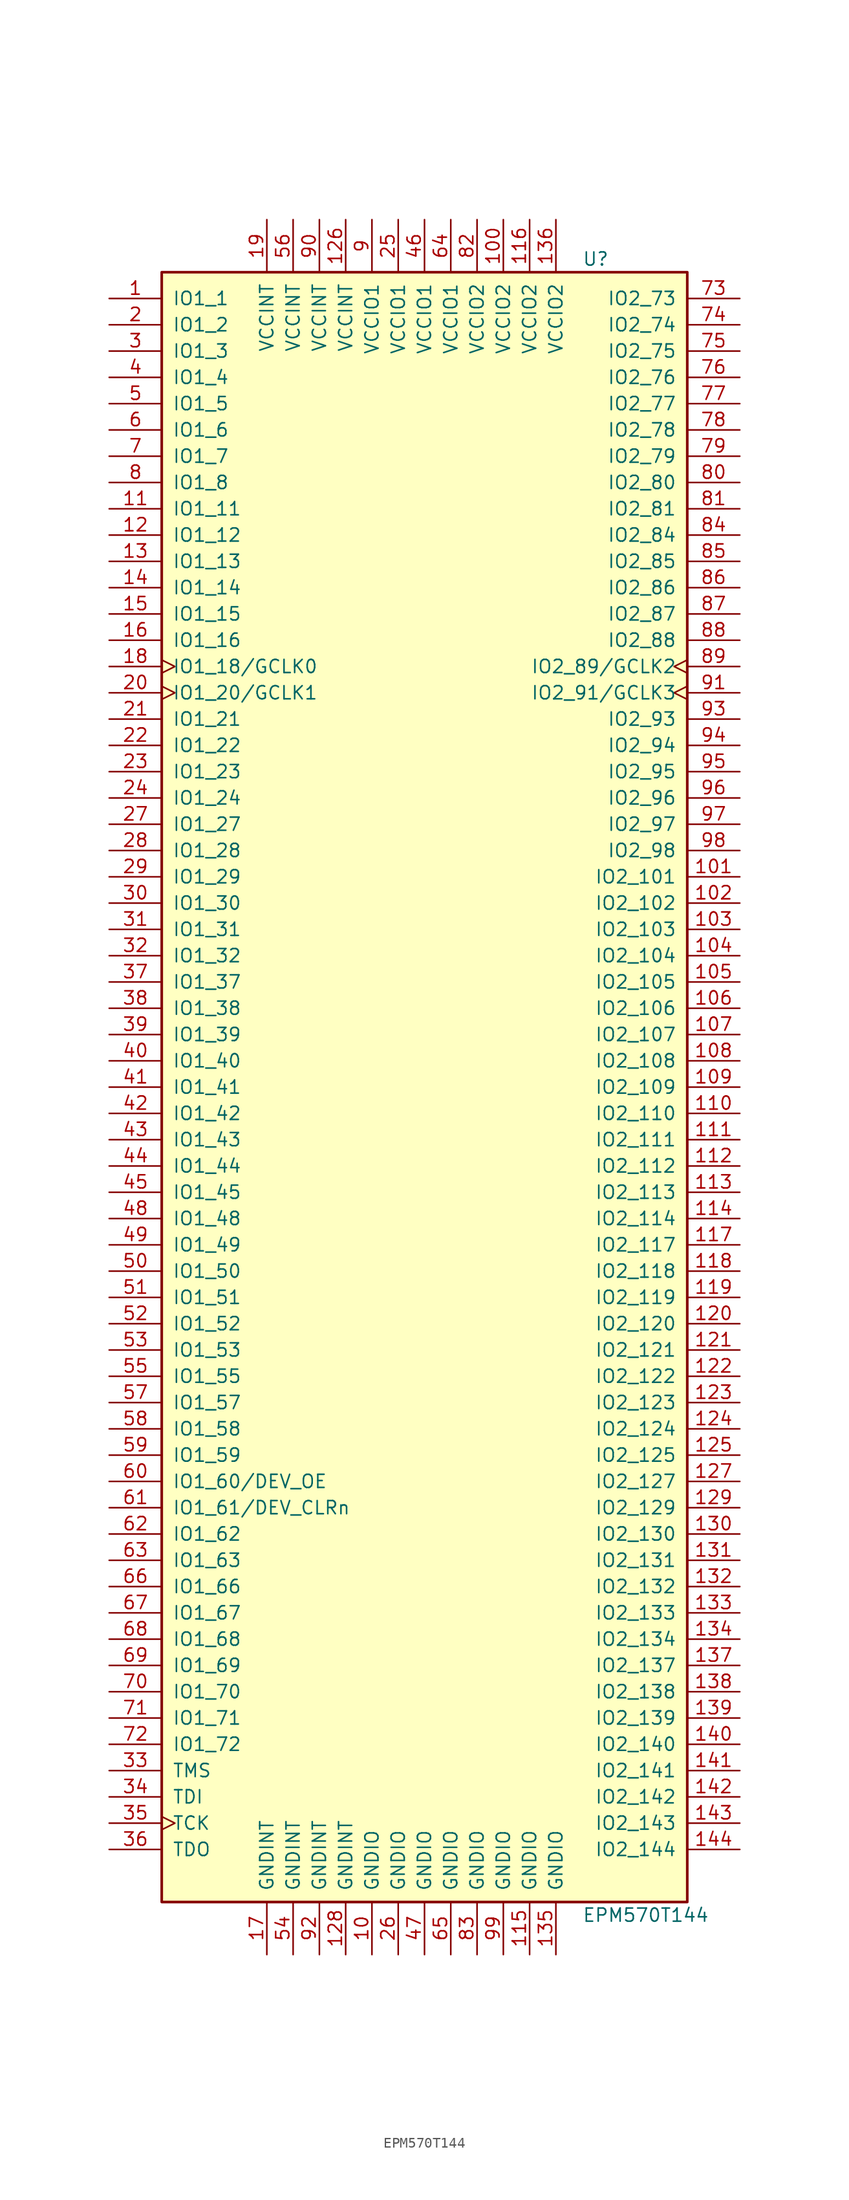
<source format=kicad_sym>
(kicad_symbol_lib
  (version 20201005)
  (generator kicad_symbol_editor)
  (symbol "EPM570T144"
    (pin_names
      (offset 1.016))
    (property "Reference" "U"
      (at 15.24 80.01 0)
      (effects (font (size 1.27 1.27)) (justify left)))
    (property "Value" "EPM570T144"
      (at 15.24 -80.01 0)
      (effects (font (size 1.27 1.27)) (justify left)))
    (property "ki_locked" ""
      (at 0 0 0)
      (effects (font (size 1.27 1.27))))
    (symbol "EPM570T144_1_1"
      (rectangle (start -25.4 78.74) (end 25.4 -78.74) (stroke (width 0.254)) (fill (type background)))
      (pin bidirectional line (at -30.48 76.2 0) (length 5.08) (name "IO1_1" (effects (font (size 1.27 1.27)))) (number "1" (effects (font (size 1.27 1.27)))))
      (pin power_in line (at -5.08 -83.82 90) (length 5.08) (name "GNDIO" (effects (font (size 1.27 1.27)))) (number "10" (effects (font (size 1.27 1.27)))))
      (pin power_in line (at 7.62 83.82 270) (length 5.08) (name "VCCIO2" (effects (font (size 1.27 1.27)))) (number "100" (effects (font (size 1.27 1.27)))))
      (pin bidirectional line (at 30.48 20.32 180) (length 5.08) (name "IO2_101" (effects (font (size 1.27 1.27)))) (number "101" (effects (font (size 1.27 1.27)))))
      (pin bidirectional line (at 30.48 17.78 180) (length 5.08) (name "IO2_102" (effects (font (size 1.27 1.27)))) (number "102" (effects (font (size 1.27 1.27)))))
      (pin bidirectional line (at 30.48 15.24 180) (length 5.08) (name "IO2_103" (effects (font (size 1.27 1.27)))) (number "103" (effects (font (size 1.27 1.27)))))
      (pin bidirectional line (at 30.48 12.7 180) (length 5.08) (name "IO2_104" (effects (font (size 1.27 1.27)))) (number "104" (effects (font (size 1.27 1.27)))))
      (pin bidirectional line (at 30.48 10.16 180) (length 5.08) (name "IO2_105" (effects (font (size 1.27 1.27)))) (number "105" (effects (font (size 1.27 1.27)))))
      (pin bidirectional line (at 30.48 7.62 180) (length 5.08) (name "IO2_106" (effects (font (size 1.27 1.27)))) (number "106" (effects (font (size 1.27 1.27)))))
      (pin bidirectional line (at 30.48 5.08 180) (length 5.08) (name "IO2_107" (effects (font (size 1.27 1.27)))) (number "107" (effects (font (size 1.27 1.27)))))
      (pin bidirectional line (at 30.48 2.54 180) (length 5.08) (name "IO2_108" (effects (font (size 1.27 1.27)))) (number "108" (effects (font (size 1.27 1.27)))))
      (pin bidirectional line (at 30.48 0 180) (length 5.08) (name "IO2_109" (effects (font (size 1.27 1.27)))) (number "109" (effects (font (size 1.27 1.27)))))
      (pin bidirectional line (at -30.48 55.88 0) (length 5.08) (name "IO1_11" (effects (font (size 1.27 1.27)))) (number "11" (effects (font (size 1.27 1.27)))))
      (pin bidirectional line (at 30.48 -2.54 180) (length 5.08) (name "IO2_110" (effects (font (size 1.27 1.27)))) (number "110" (effects (font (size 1.27 1.27)))))
      (pin bidirectional line (at 30.48 -5.08 180) (length 5.08) (name "IO2_111" (effects (font (size 1.27 1.27)))) (number "111" (effects (font (size 1.27 1.27)))))
      (pin bidirectional line (at 30.48 -7.62 180) (length 5.08) (name "IO2_112" (effects (font (size 1.27 1.27)))) (number "112" (effects (font (size 1.27 1.27)))))
      (pin bidirectional line (at 30.48 -10.16 180) (length 5.08) (name "IO2_113" (effects (font (size 1.27 1.27)))) (number "113" (effects (font (size 1.27 1.27)))))
      (pin bidirectional line (at 30.48 -12.7 180) (length 5.08) (name "IO2_114" (effects (font (size 1.27 1.27)))) (number "114" (effects (font (size 1.27 1.27)))))
      (pin power_in line (at 10.16 -83.82 90) (length 5.08) (name "GNDIO" (effects (font (size 1.27 1.27)))) (number "115" (effects (font (size 1.27 1.27)))))
      (pin power_in line (at 10.16 83.82 270) (length 5.08) (name "VCCIO2" (effects (font (size 1.27 1.27)))) (number "116" (effects (font (size 1.27 1.27)))))
      (pin bidirectional line (at 30.48 -15.24 180) (length 5.08) (name "IO2_117" (effects (font (size 1.27 1.27)))) (number "117" (effects (font (size 1.27 1.27)))))
      (pin bidirectional line (at 30.48 -17.78 180) (length 5.08) (name "IO2_118" (effects (font (size 1.27 1.27)))) (number "118" (effects (font (size 1.27 1.27)))))
      (pin bidirectional line (at 30.48 -20.32 180) (length 5.08) (name "IO2_119" (effects (font (size 1.27 1.27)))) (number "119" (effects (font (size 1.27 1.27)))))
      (pin bidirectional line (at -30.48 53.34 0) (length 5.08) (name "IO1_12" (effects (font (size 1.27 1.27)))) (number "12" (effects (font (size 1.27 1.27)))))
      (pin bidirectional line (at 30.48 -22.86 180) (length 5.08) (name "IO2_120" (effects (font (size 1.27 1.27)))) (number "120" (effects (font (size 1.27 1.27)))))
      (pin bidirectional line (at 30.48 -25.4 180) (length 5.08) (name "IO2_121" (effects (font (size 1.27 1.27)))) (number "121" (effects (font (size 1.27 1.27)))))
      (pin bidirectional line (at 30.48 -27.94 180) (length 5.08) (name "IO2_122" (effects (font (size 1.27 1.27)))) (number "122" (effects (font (size 1.27 1.27)))))
      (pin bidirectional line (at 30.48 -30.48 180) (length 5.08) (name "IO2_123" (effects (font (size 1.27 1.27)))) (number "123" (effects (font (size 1.27 1.27)))))
      (pin bidirectional line (at 30.48 -33.02 180) (length 5.08) (name "IO2_124" (effects (font (size 1.27 1.27)))) (number "124" (effects (font (size 1.27 1.27)))))
      (pin bidirectional line (at 30.48 -35.56 180) (length 5.08) (name "IO2_125" (effects (font (size 1.27 1.27)))) (number "125" (effects (font (size 1.27 1.27)))))
      (pin power_in line (at -7.62 83.82 270) (length 5.08) (name "VCCINT" (effects (font (size 1.27 1.27)))) (number "126" (effects (font (size 1.27 1.27)))))
      (pin bidirectional line (at 30.48 -38.1 180) (length 5.08) (name "IO2_127" (effects (font (size 1.27 1.27)))) (number "127" (effects (font (size 1.27 1.27)))))
      (pin power_in line (at -7.62 -83.82 90) (length 5.08) (name "GNDINT" (effects (font (size 1.27 1.27)))) (number "128" (effects (font (size 1.27 1.27)))))
      (pin bidirectional line (at 30.48 -40.64 180) (length 5.08) (name "IO2_129" (effects (font (size 1.27 1.27)))) (number "129" (effects (font (size 1.27 1.27)))))
      (pin bidirectional line (at -30.48 50.8 0) (length 5.08) (name "IO1_13" (effects (font (size 1.27 1.27)))) (number "13" (effects (font (size 1.27 1.27)))))
      (pin bidirectional line (at 30.48 -43.18 180) (length 5.08) (name "IO2_130" (effects (font (size 1.27 1.27)))) (number "130" (effects (font (size 1.27 1.27)))))
      (pin bidirectional line (at 30.48 -45.72 180) (length 5.08) (name "IO2_131" (effects (font (size 1.27 1.27)))) (number "131" (effects (font (size 1.27 1.27)))))
      (pin bidirectional line (at 30.48 -48.26 180) (length 5.08) (name "IO2_132" (effects (font (size 1.27 1.27)))) (number "132" (effects (font (size 1.27 1.27)))))
      (pin bidirectional line (at 30.48 -50.8 180) (length 5.08) (name "IO2_133" (effects (font (size 1.27 1.27)))) (number "133" (effects (font (size 1.27 1.27)))))
      (pin bidirectional line (at 30.48 -53.34 180) (length 5.08) (name "IO2_134" (effects (font (size 1.27 1.27)))) (number "134" (effects (font (size 1.27 1.27)))))
      (pin power_in line (at 12.7 -83.82 90) (length 5.08) (name "GNDIO" (effects (font (size 1.27 1.27)))) (number "135" (effects (font (size 1.27 1.27)))))
      (pin power_in line (at 12.7 83.82 270) (length 5.08) (name "VCCIO2" (effects (font (size 1.27 1.27)))) (number "136" (effects (font (size 1.27 1.27)))))
      (pin bidirectional line (at 30.48 -55.88 180) (length 5.08) (name "IO2_137" (effects (font (size 1.27 1.27)))) (number "137" (effects (font (size 1.27 1.27)))))
      (pin bidirectional line (at 30.48 -58.42 180) (length 5.08) (name "IO2_138" (effects (font (size 1.27 1.27)))) (number "138" (effects (font (size 1.27 1.27)))))
      (pin bidirectional line (at 30.48 -60.96 180) (length 5.08) (name "IO2_139" (effects (font (size 1.27 1.27)))) (number "139" (effects (font (size 1.27 1.27)))))
      (pin bidirectional line (at -30.48 48.26 0) (length 5.08) (name "IO1_14" (effects (font (size 1.27 1.27)))) (number "14" (effects (font (size 1.27 1.27)))))
      (pin bidirectional line (at 30.48 -63.5 180) (length 5.08) (name "IO2_140" (effects (font (size 1.27 1.27)))) (number "140" (effects (font (size 1.27 1.27)))))
      (pin bidirectional line (at 30.48 -66.04 180) (length 5.08) (name "IO2_141" (effects (font (size 1.27 1.27)))) (number "141" (effects (font (size 1.27 1.27)))))
      (pin bidirectional line (at 30.48 -68.58 180) (length 5.08) (name "IO2_142" (effects (font (size 1.27 1.27)))) (number "142" (effects (font (size 1.27 1.27)))))
      (pin bidirectional line (at 30.48 -71.12 180) (length 5.08) (name "IO2_143" (effects (font (size 1.27 1.27)))) (number "143" (effects (font (size 1.27 1.27)))))
      (pin bidirectional line (at 30.48 -73.66 180) (length 5.08) (name "IO2_144" (effects (font (size 1.27 1.27)))) (number "144" (effects (font (size 1.27 1.27)))))
      (pin bidirectional line (at -30.48 45.72 0) (length 5.08) (name "IO1_15" (effects (font (size 1.27 1.27)))) (number "15" (effects (font (size 1.27 1.27)))))
      (pin bidirectional line (at -30.48 43.18 0) (length 5.08) (name "IO1_16" (effects (font (size 1.27 1.27)))) (number "16" (effects (font (size 1.27 1.27)))))
      (pin power_in line (at -15.24 -83.82 90) (length 5.08) (name "GNDINT" (effects (font (size 1.27 1.27)))) (number "17" (effects (font (size 1.27 1.27)))))
      (pin bidirectional clock (at -30.48 40.64 0) (length 5.08) (name "IO1_18/GCLK0" (effects (font (size 1.27 1.27)))) (number "18" (effects (font (size 1.27 1.27)))))
      (pin power_in line (at -15.24 83.82 270) (length 5.08) (name "VCCINT" (effects (font (size 1.27 1.27)))) (number "19" (effects (font (size 1.27 1.27)))))
      (pin bidirectional line (at -30.48 73.66 0) (length 5.08) (name "IO1_2" (effects (font (size 1.27 1.27)))) (number "2" (effects (font (size 1.27 1.27)))))
      (pin bidirectional clock (at -30.48 38.1 0) (length 5.08) (name "IO1_20/GCLK1" (effects (font (size 1.27 1.27)))) (number "20" (effects (font (size 1.27 1.27)))))
      (pin bidirectional line (at -30.48 35.56 0) (length 5.08) (name "IO1_21" (effects (font (size 1.27 1.27)))) (number "21" (effects (font (size 1.27 1.27)))))
      (pin bidirectional line (at -30.48 33.02 0) (length 5.08) (name "IO1_22" (effects (font (size 1.27 1.27)))) (number "22" (effects (font (size 1.27 1.27)))))
      (pin bidirectional line (at -30.48 30.48 0) (length 5.08) (name "IO1_23" (effects (font (size 1.27 1.27)))) (number "23" (effects (font (size 1.27 1.27)))))
      (pin bidirectional line (at -30.48 27.94 0) (length 5.08) (name "IO1_24" (effects (font (size 1.27 1.27)))) (number "24" (effects (font (size 1.27 1.27)))))
      (pin power_in line (at -2.54 83.82 270) (length 5.08) (name "VCCIO1" (effects (font (size 1.27 1.27)))) (number "25" (effects (font (size 1.27 1.27)))))
      (pin power_in line (at -2.54 -83.82 90) (length 5.08) (name "GNDIO" (effects (font (size 1.27 1.27)))) (number "26" (effects (font (size 1.27 1.27)))))
      (pin bidirectional line (at -30.48 25.4 0) (length 5.08) (name "IO1_27" (effects (font (size 1.27 1.27)))) (number "27" (effects (font (size 1.27 1.27)))))
      (pin bidirectional line (at -30.48 22.86 0) (length 5.08) (name "IO1_28" (effects (font (size 1.27 1.27)))) (number "28" (effects (font (size 1.27 1.27)))))
      (pin bidirectional line (at -30.48 20.32 0) (length 5.08) (name "IO1_29" (effects (font (size 1.27 1.27)))) (number "29" (effects (font (size 1.27 1.27)))))
      (pin bidirectional line (at -30.48 71.12 0) (length 5.08) (name "IO1_3" (effects (font (size 1.27 1.27)))) (number "3" (effects (font (size 1.27 1.27)))))
      (pin bidirectional line (at -30.48 17.78 0) (length 5.08) (name "IO1_30" (effects (font (size 1.27 1.27)))) (number "30" (effects (font (size 1.27 1.27)))))
      (pin bidirectional line (at -30.48 15.24 0) (length 5.08) (name "IO1_31" (effects (font (size 1.27 1.27)))) (number "31" (effects (font (size 1.27 1.27)))))
      (pin bidirectional line (at -30.48 12.7 0) (length 5.08) (name "IO1_32" (effects (font (size 1.27 1.27)))) (number "32" (effects (font (size 1.27 1.27)))))
      (pin input line (at -30.48 -66.04 0) (length 5.08) (name "TMS" (effects (font (size 1.27 1.27)))) (number "33" (effects (font (size 1.27 1.27)))))
      (pin input line (at -30.48 -68.58 0) (length 5.08) (name "TDI" (effects (font (size 1.27 1.27)))) (number "34" (effects (font (size 1.27 1.27)))))
      (pin input clock (at -30.48 -71.12 0) (length 5.08) (name "TCK" (effects (font (size 1.27 1.27)))) (number "35" (effects (font (size 1.27 1.27)))))
      (pin output line (at -30.48 -73.66 0) (length 5.08) (name "TDO" (effects (font (size 1.27 1.27)))) (number "36" (effects (font (size 1.27 1.27)))))
      (pin bidirectional line (at -30.48 10.16 0) (length 5.08) (name "IO1_37" (effects (font (size 1.27 1.27)))) (number "37" (effects (font (size 1.27 1.27)))))
      (pin bidirectional line (at -30.48 7.62 0) (length 5.08) (name "IO1_38" (effects (font (size 1.27 1.27)))) (number "38" (effects (font (size 1.27 1.27)))))
      (pin bidirectional line (at -30.48 5.08 0) (length 5.08) (name "IO1_39" (effects (font (size 1.27 1.27)))) (number "39" (effects (font (size 1.27 1.27)))))
      (pin bidirectional line (at -30.48 68.58 0) (length 5.08) (name "IO1_4" (effects (font (size 1.27 1.27)))) (number "4" (effects (font (size 1.27 1.27)))))
      (pin bidirectional line (at -30.48 2.54 0) (length 5.08) (name "IO1_40" (effects (font (size 1.27 1.27)))) (number "40" (effects (font (size 1.27 1.27)))))
      (pin bidirectional line (at -30.48 0 0) (length 5.08) (name "IO1_41" (effects (font (size 1.27 1.27)))) (number "41" (effects (font (size 1.27 1.27)))))
      (pin bidirectional line (at -30.48 -2.54 0) (length 5.08) (name "IO1_42" (effects (font (size 1.27 1.27)))) (number "42" (effects (font (size 1.27 1.27)))))
      (pin bidirectional line (at -30.48 -5.08 0) (length 5.08) (name "IO1_43" (effects (font (size 1.27 1.27)))) (number "43" (effects (font (size 1.27 1.27)))))
      (pin bidirectional line (at -30.48 -7.62 0) (length 5.08) (name "IO1_44" (effects (font (size 1.27 1.27)))) (number "44" (effects (font (size 1.27 1.27)))))
      (pin bidirectional line (at -30.48 -10.16 0) (length 5.08) (name "IO1_45" (effects (font (size 1.27 1.27)))) (number "45" (effects (font (size 1.27 1.27)))))
      (pin power_in line (at 0 83.82 270) (length 5.08) (name "VCCIO1" (effects (font (size 1.27 1.27)))) (number "46" (effects (font (size 1.27 1.27)))))
      (pin power_in line (at 0 -83.82 90) (length 5.08) (name "GNDIO" (effects (font (size 1.27 1.27)))) (number "47" (effects (font (size 1.27 1.27)))))
      (pin bidirectional line (at -30.48 -12.7 0) (length 5.08) (name "IO1_48" (effects (font (size 1.27 1.27)))) (number "48" (effects (font (size 1.27 1.27)))))
      (pin bidirectional line (at -30.48 -15.24 0) (length 5.08) (name "IO1_49" (effects (font (size 1.27 1.27)))) (number "49" (effects (font (size 1.27 1.27)))))
      (pin bidirectional line (at -30.48 66.04 0) (length 5.08) (name "IO1_5" (effects (font (size 1.27 1.27)))) (number "5" (effects (font (size 1.27 1.27)))))
      (pin bidirectional line (at -30.48 -17.78 0) (length 5.08) (name "IO1_50" (effects (font (size 1.27 1.27)))) (number "50" (effects (font (size 1.27 1.27)))))
      (pin bidirectional line (at -30.48 -20.32 0) (length 5.08) (name "IO1_51" (effects (font (size 1.27 1.27)))) (number "51" (effects (font (size 1.27 1.27)))))
      (pin bidirectional line (at -30.48 -22.86 0) (length 5.08) (name "IO1_52" (effects (font (size 1.27 1.27)))) (number "52" (effects (font (size 1.27 1.27)))))
      (pin bidirectional line (at -30.48 -25.4 0) (length 5.08) (name "IO1_53" (effects (font (size 1.27 1.27)))) (number "53" (effects (font (size 1.27 1.27)))))
      (pin power_in line (at -12.7 -83.82 90) (length 5.08) (name "GNDINT" (effects (font (size 1.27 1.27)))) (number "54" (effects (font (size 1.27 1.27)))))
      (pin bidirectional line (at -30.48 -27.94 0) (length 5.08) (name "IO1_55" (effects (font (size 1.27 1.27)))) (number "55" (effects (font (size 1.27 1.27)))))
      (pin power_in line (at -12.7 83.82 270) (length 5.08) (name "VCCINT" (effects (font (size 1.27 1.27)))) (number "56" (effects (font (size 1.27 1.27)))))
      (pin bidirectional line (at -30.48 -30.48 0) (length 5.08) (name "IO1_57" (effects (font (size 1.27 1.27)))) (number "57" (effects (font (size 1.27 1.27)))))
      (pin bidirectional line (at -30.48 -33.02 0) (length 5.08) (name "IO1_58" (effects (font (size 1.27 1.27)))) (number "58" (effects (font (size 1.27 1.27)))))
      (pin bidirectional line (at -30.48 -35.56 0) (length 5.08) (name "IO1_59" (effects (font (size 1.27 1.27)))) (number "59" (effects (font (size 1.27 1.27)))))
      (pin bidirectional line (at -30.48 63.5 0) (length 5.08) (name "IO1_6" (effects (font (size 1.27 1.27)))) (number "6" (effects (font (size 1.27 1.27)))))
      (pin bidirectional line (at -30.48 -38.1 0) (length 5.08) (name "IO1_60/DEV_OE" (effects (font (size 1.27 1.27)))) (number "60" (effects (font (size 1.27 1.27)))))
      (pin bidirectional line (at -30.48 -40.64 0) (length 5.08) (name "IO1_61/DEV_CLRn" (effects (font (size 1.27 1.27)))) (number "61" (effects (font (size 1.27 1.27)))))
      (pin bidirectional line (at -30.48 -43.18 0) (length 5.08) (name "IO1_62" (effects (font (size 1.27 1.27)))) (number "62" (effects (font (size 1.27 1.27)))))
      (pin bidirectional line (at -30.48 -45.72 0) (length 5.08) (name "IO1_63" (effects (font (size 1.27 1.27)))) (number "63" (effects (font (size 1.27 1.27)))))
      (pin power_in line (at 2.54 83.82 270) (length 5.08) (name "VCCIO1" (effects (font (size 1.27 1.27)))) (number "64" (effects (font (size 1.27 1.27)))))
      (pin power_in line (at 2.54 -83.82 90) (length 5.08) (name "GNDIO" (effects (font (size 1.27 1.27)))) (number "65" (effects (font (size 1.27 1.27)))))
      (pin bidirectional line (at -30.48 -48.26 0) (length 5.08) (name "IO1_66" (effects (font (size 1.27 1.27)))) (number "66" (effects (font (size 1.27 1.27)))))
      (pin bidirectional line (at -30.48 -50.8 0) (length 5.08) (name "IO1_67" (effects (font (size 1.27 1.27)))) (number "67" (effects (font (size 1.27 1.27)))))
      (pin bidirectional line (at -30.48 -53.34 0) (length 5.08) (name "IO1_68" (effects (font (size 1.27 1.27)))) (number "68" (effects (font (size 1.27 1.27)))))
      (pin bidirectional line (at -30.48 -55.88 0) (length 5.08) (name "IO1_69" (effects (font (size 1.27 1.27)))) (number "69" (effects (font (size 1.27 1.27)))))
      (pin bidirectional line (at -30.48 60.96 0) (length 5.08) (name "IO1_7" (effects (font (size 1.27 1.27)))) (number "7" (effects (font (size 1.27 1.27)))))
      (pin bidirectional line (at -30.48 -58.42 0) (length 5.08) (name "IO1_70" (effects (font (size 1.27 1.27)))) (number "70" (effects (font (size 1.27 1.27)))))
      (pin bidirectional line (at -30.48 -60.96 0) (length 5.08) (name "IO1_71" (effects (font (size 1.27 1.27)))) (number "71" (effects (font (size 1.27 1.27)))))
      (pin bidirectional line (at -30.48 -63.5 0) (length 5.08) (name "IO1_72" (effects (font (size 1.27 1.27)))) (number "72" (effects (font (size 1.27 1.27)))))
      (pin bidirectional line (at 30.48 76.2 180) (length 5.08) (name "IO2_73" (effects (font (size 1.27 1.27)))) (number "73" (effects (font (size 1.27 1.27)))))
      (pin bidirectional line (at 30.48 73.66 180) (length 5.08) (name "IO2_74" (effects (font (size 1.27 1.27)))) (number "74" (effects (font (size 1.27 1.27)))))
      (pin bidirectional line (at 30.48 71.12 180) (length 5.08) (name "IO2_75" (effects (font (size 1.27 1.27)))) (number "75" (effects (font (size 1.27 1.27)))))
      (pin bidirectional line (at 30.48 68.58 180) (length 5.08) (name "IO2_76" (effects (font (size 1.27 1.27)))) (number "76" (effects (font (size 1.27 1.27)))))
      (pin bidirectional line (at 30.48 66.04 180) (length 5.08) (name "IO2_77" (effects (font (size 1.27 1.27)))) (number "77" (effects (font (size 1.27 1.27)))))
      (pin bidirectional line (at 30.48 63.5 180) (length 5.08) (name "IO2_78" (effects (font (size 1.27 1.27)))) (number "78" (effects (font (size 1.27 1.27)))))
      (pin bidirectional line (at 30.48 60.96 180) (length 5.08) (name "IO2_79" (effects (font (size 1.27 1.27)))) (number "79" (effects (font (size 1.27 1.27)))))
      (pin bidirectional line (at -30.48 58.42 0) (length 5.08) (name "IO1_8" (effects (font (size 1.27 1.27)))) (number "8" (effects (font (size 1.27 1.27)))))
      (pin bidirectional line (at 30.48 58.42 180) (length 5.08) (name "IO2_80" (effects (font (size 1.27 1.27)))) (number "80" (effects (font (size 1.27 1.27)))))
      (pin bidirectional line (at 30.48 55.88 180) (length 5.08) (name "IO2_81" (effects (font (size 1.27 1.27)))) (number "81" (effects (font (size 1.27 1.27)))))
      (pin power_in line (at 5.08 83.82 270) (length 5.08) (name "VCCIO2" (effects (font (size 1.27 1.27)))) (number "82" (effects (font (size 1.27 1.27)))))
      (pin power_in line (at 5.08 -83.82 90) (length 5.08) (name "GNDIO" (effects (font (size 1.27 1.27)))) (number "83" (effects (font (size 1.27 1.27)))))
      (pin bidirectional line (at 30.48 53.34 180) (length 5.08) (name "IO2_84" (effects (font (size 1.27 1.27)))) (number "84" (effects (font (size 1.27 1.27)))))
      (pin bidirectional line (at 30.48 50.8 180) (length 5.08) (name "IO2_85" (effects (font (size 1.27 1.27)))) (number "85" (effects (font (size 1.27 1.27)))))
      (pin bidirectional line (at 30.48 48.26 180) (length 5.08) (name "IO2_86" (effects (font (size 1.27 1.27)))) (number "86" (effects (font (size 1.27 1.27)))))
      (pin bidirectional line (at 30.48 45.72 180) (length 5.08) (name "IO2_87" (effects (font (size 1.27 1.27)))) (number "87" (effects (font (size 1.27 1.27)))))
      (pin bidirectional line (at 30.48 43.18 180) (length 5.08) (name "IO2_88" (effects (font (size 1.27 1.27)))) (number "88" (effects (font (size 1.27 1.27)))))
      (pin bidirectional clock (at 30.48 40.64 180) (length 5.08) (name "IO2_89/GCLK2" (effects (font (size 1.27 1.27)))) (number "89" (effects (font (size 1.27 1.27)))))
      (pin power_in line (at -5.08 83.82 270) (length 5.08) (name "VCCIO1" (effects (font (size 1.27 1.27)))) (number "9" (effects (font (size 1.27 1.27)))))
      (pin power_in line (at -10.16 83.82 270) (length 5.08) (name "VCCINT" (effects (font (size 1.27 1.27)))) (number "90" (effects (font (size 1.27 1.27)))))
      (pin bidirectional clock (at 30.48 38.1 180) (length 5.08) (name "IO2_91/GCLK3" (effects (font (size 1.27 1.27)))) (number "91" (effects (font (size 1.27 1.27)))))
      (pin power_in line (at -10.16 -83.82 90) (length 5.08) (name "GNDINT" (effects (font (size 1.27 1.27)))) (number "92" (effects (font (size 1.27 1.27)))))
      (pin bidirectional line (at 30.48 35.56 180) (length 5.08) (name "IO2_93" (effects (font (size 1.27 1.27)))) (number "93" (effects (font (size 1.27 1.27)))))
      (pin bidirectional line (at 30.48 33.02 180) (length 5.08) (name "IO2_94" (effects (font (size 1.27 1.27)))) (number "94" (effects (font (size 1.27 1.27)))))
      (pin bidirectional line (at 30.48 30.48 180) (length 5.08) (name "IO2_95" (effects (font (size 1.27 1.27)))) (number "95" (effects (font (size 1.27 1.27)))))
      (pin bidirectional line (at 30.48 27.94 180) (length 5.08) (name "IO2_96" (effects (font (size 1.27 1.27)))) (number "96" (effects (font (size 1.27 1.27)))))
      (pin bidirectional line (at 30.48 25.4 180) (length 5.08) (name "IO2_97" (effects (font (size 1.27 1.27)))) (number "97" (effects (font (size 1.27 1.27)))))
      (pin bidirectional line (at 30.48 22.86 180) (length 5.08) (name "IO2_98" (effects (font (size 1.27 1.27)))) (number "98" (effects (font (size 1.27 1.27)))))
      (pin power_in line (at 7.62 -83.82 90) (length 5.08) (name "GNDIO" (effects (font (size 1.27 1.27)))) (number "99" (effects (font (size 1.27 1.27))))))))
</source>
